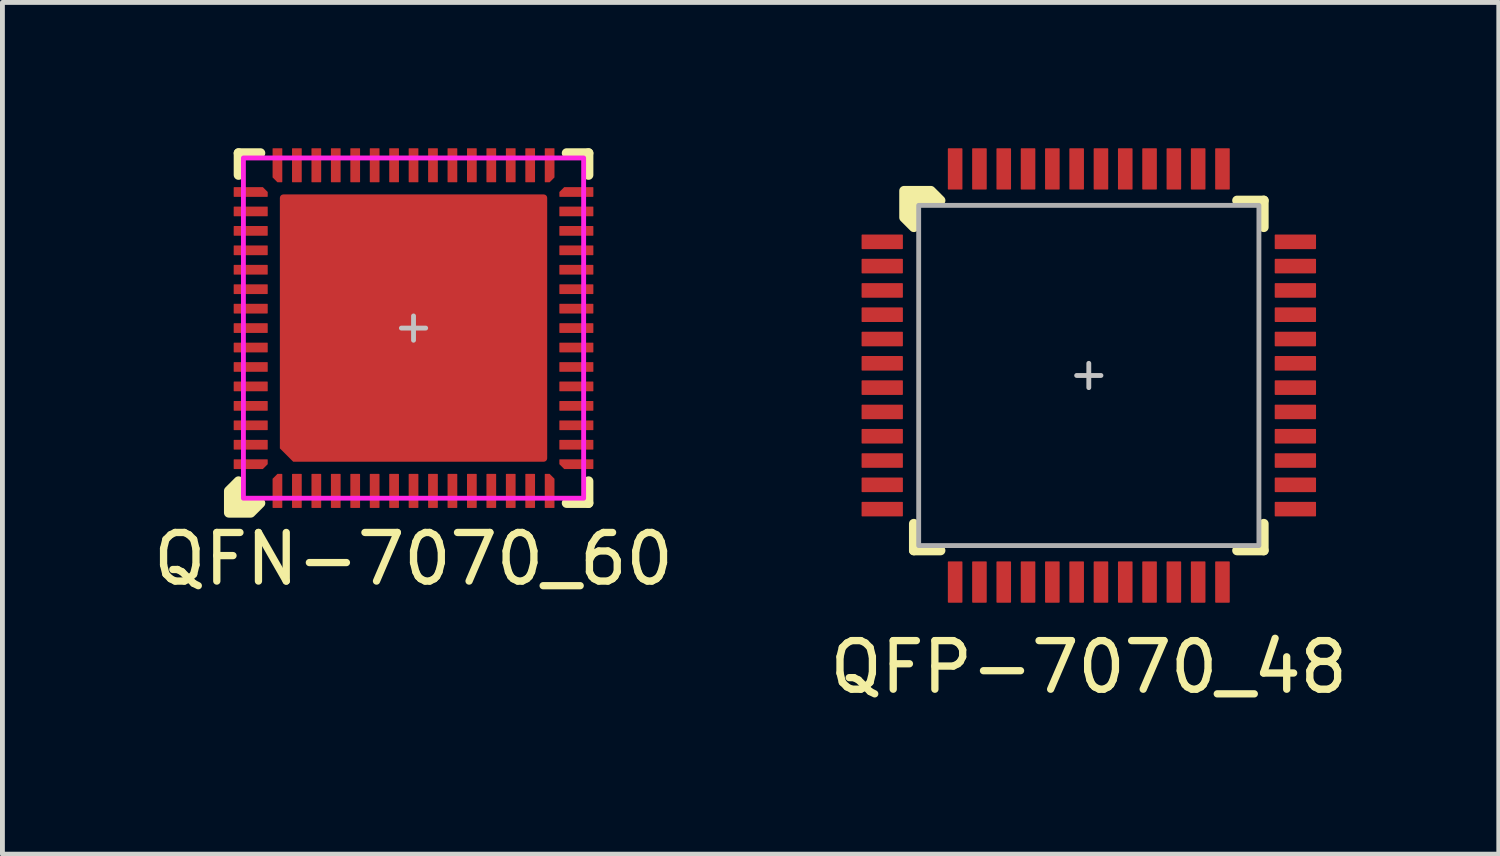
<source format=kicad_pcb>
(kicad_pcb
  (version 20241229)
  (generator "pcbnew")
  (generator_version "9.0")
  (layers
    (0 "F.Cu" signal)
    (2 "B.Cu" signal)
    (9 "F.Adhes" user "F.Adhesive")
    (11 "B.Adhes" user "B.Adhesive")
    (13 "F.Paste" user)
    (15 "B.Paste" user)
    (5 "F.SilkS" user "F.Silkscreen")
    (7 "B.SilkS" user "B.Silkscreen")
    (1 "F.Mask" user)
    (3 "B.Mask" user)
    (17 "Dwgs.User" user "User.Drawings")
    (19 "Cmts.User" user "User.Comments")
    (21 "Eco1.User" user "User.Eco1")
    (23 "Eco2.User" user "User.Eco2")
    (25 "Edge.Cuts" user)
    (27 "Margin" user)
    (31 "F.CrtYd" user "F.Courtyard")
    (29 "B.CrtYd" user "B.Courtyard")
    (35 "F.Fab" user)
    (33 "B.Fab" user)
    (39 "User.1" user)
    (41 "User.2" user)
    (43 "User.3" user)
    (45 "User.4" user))
  (footprint "QFN-7070_60"
    (layer "F.Cu")
    (at 5.458 3.7)
    (property "Reference" "QFN-7070_60" (at 0 4.75 0) (unlocked yes) (layer "F.SilkS") (effects (font (size 1 1) (thickness 0.15))))
    (attr smd)
    (fp_line (start -3.6 -3.6) (end -3.6 -3.15) (stroke (width 0.2) (type solid)) (layer "F.SilkS"))
    (fp_line (start -3.15 -3.6) (end -3.6 -3.6) (stroke (width 0.2) (type solid)) (layer "F.SilkS"))
    (fp_line (start 3.15 3.6) (end 3.6 3.6) (stroke (width 0.2) (type solid)) (layer "F.SilkS"))
    (fp_line (start 3.6 -3.6) (end 3.15 -3.6) (stroke (width 0.2) (type solid)) (layer "F.SilkS"))
    (fp_line (start 3.6 -3.15) (end 3.6 -3.6) (stroke (width 0.2) (type solid)) (layer "F.SilkS"))
    (fp_line (start 3.6 3.6) (end 3.6 3.15) (stroke (width 0.2) (type solid)) (layer "F.SilkS"))
    (fp_poly (pts (xy -3.6 3.15) (xy -3.6 3.6) (xy -3.15 3.6) (xy -3.35 3.8) (xy -3.8 3.8) (xy -3.8 3.35)) (stroke (width 0.2) (type solid)) (fill yes) (layer "F.SilkS"))
    (fp_rect (start -1.65 -2.6) (end -0.75 -1.95) (stroke (width 0) (type solid)) (fill yes) (layer "F.Paste"))
    (fp_rect (start -1.65 -1.65) (end -0.75 -0.75) (stroke (width 0) (type solid)) (fill yes) (layer "F.Paste"))
    (fp_rect (start -1.65 -0.45) (end -0.75 0.45) (stroke (width 0) (type solid)) (fill yes) (layer "F.Paste"))
    (fp_rect (start -1.65 0.75) (end -0.75 1.65) (stroke (width 0) (type solid)) (fill yes) (layer "F.Paste"))
    (fp_rect (start -1.65 1.95) (end -0.75 2.6) (stroke (width 0) (type solid)) (fill yes) (layer "F.Paste"))
    (fp_rect (start -0.45 -2.6) (end 0.45 -1.95) (stroke (width 0) (type solid)) (fill yes) (layer "F.Paste"))
    (fp_rect (start -0.45 -1.65) (end 0.45 -0.75) (stroke (width 0) (type solid)) (fill yes) (layer "F.Paste"))
    (fp_rect (start -0.45 -0.45) (end 0.45 0.45) (stroke (width 0) (type solid)) (fill yes) (layer "F.Paste"))
    (fp_rect (start -0.45 0.75) (end 0.45 1.65) (stroke (width 0) (type solid)) (fill yes) (layer "F.Paste"))
    (fp_rect (start -0.45 1.95) (end 0.45 2.6) (stroke (width 0) (type solid)) (fill yes) (layer "F.Paste"))
    (fp_rect (start 0.75 -2.6) (end 1.65 -1.95) (stroke (width 0) (type solid)) (fill yes) (layer "F.Paste"))
    (fp_rect (start 0.75 -1.65) (end 1.65 -0.75) (stroke (width 0) (type solid)) (fill yes) (layer "F.Paste"))
    (fp_rect (start 0.75 -0.45) (end 1.65 0.45) (stroke (width 0) (type solid)) (fill yes) (layer "F.Paste"))
    (fp_rect (start 0.75 0.75) (end 1.65 1.65) (stroke (width 0) (type solid)) (fill yes) (layer "F.Paste"))
    (fp_rect (start 0.75 1.95) (end 1.65 2.6) (stroke (width 0) (type solid)) (fill yes) (layer "F.Paste"))
    (fp_poly (pts (xy -2.6 -1.95) (xy -2.6 -2.6) (xy -1.95 -2.6) (xy -1.95 -1.95)) (stroke (width 0) (type solid)) (fill yes) (layer "F.Paste"))
    (fp_poly (pts (xy -2.6 -0.75) (xy -2.6 -1.65) (xy -1.95 -1.65) (xy -1.95 -0.75)) (stroke (width 0) (type solid)) (fill yes) (layer "F.Paste"))
    (fp_poly (pts (xy -2.6 0.45) (xy -2.6 -0.45) (xy -1.95 -0.45) (xy -1.95 0.45)) (stroke (width 0) (type solid)) (fill yes) (layer "F.Paste"))
    (fp_poly (pts (xy -2.6 1.65) (xy -2.6 0.75) (xy -1.95 0.75) (xy -1.95 1.65)) (stroke (width 0) (type solid)) (fill yes) (layer "F.Paste"))
    (fp_poly (pts (xy 1.95 -1.95) (xy 1.95 -2.6) (xy 2.6 -2.6) (xy 2.6 -1.95)) (stroke (width 0) (type solid)) (fill yes) (layer "F.Paste"))
    (fp_poly (pts (xy 1.95 -0.75) (xy 1.95 -1.65) (xy 2.6 -1.65) (xy 2.6 -0.75)) (stroke (width 0) (type solid)) (fill yes) (layer "F.Paste"))
    (fp_poly (pts (xy 1.95 0.45) (xy 1.95 -0.45) (xy 2.6 -0.45) (xy 2.6 0.45)) (stroke (width 0) (type solid)) (fill yes) (layer "F.Paste"))
    (fp_poly (pts (xy 1.95 1.65) (xy 1.95 0.75) (xy 2.6 0.75) (xy 2.6 1.65)) (stroke (width 0) (type solid)) (fill yes) (layer "F.Paste"))
    (fp_poly (pts (xy 1.95 2.6) (xy 1.95 1.95) (xy 2.6 1.95) (xy 2.6 2.6)) (stroke (width 0) (type solid)) (fill yes) (layer "F.Paste"))
    (fp_poly (pts (xy -1.95 2.6) (xy -2.5 2.6) (xy -2.6 2.5) (xy -2.6 1.95) (xy -1.95 1.95)) (stroke (width 0) (type solid)) (fill yes) (layer "F.Paste"))
    (fp_line (start -0.25 0) (end 0.25 0) (stroke (width 0.1) (type solid)) (layer "Dwgs.User"))
    (fp_line (start 0 0.25) (end 0 -0.25) (stroke (width 0.1) (type solid)) (layer "Dwgs.User"))
    (fp_rect (start -3.5 -3.5) (end 3.5 3.5) (stroke (width 0.1) (type solid)) (fill no) (layer "F.CrtYd"))
    (pad "1" smd roundrect (at -2.8 3.35 90) (size 0.7 0.2) (layers "F.Cu" "F.Mask" "F.Paste") (roundrect_rratio 0.05) (chamfer_ratio 0.5) (chamfer top_right))
    (pad "2" smd roundrect (at -2.4 3.35 90) (size 0.7 0.2) (layers "F.Cu" "F.Mask" "F.Paste") (roundrect_rratio 0.05))
    (pad "3" smd roundrect (at -2 3.35 90) (size 0.7 0.2) (layers "F.Cu" "F.Mask" "F.Paste") (roundrect_rratio 0.05))
    (pad "4" smd roundrect (at -1.6 3.35 90) (size 0.7 0.2) (layers "F.Cu" "F.Mask" "F.Paste") (roundrect_rratio 0.05))
    (pad "5" smd roundrect (at -1.2 3.35 90) (size 0.7 0.2) (layers "F.Cu" "F.Mask" "F.Paste") (roundrect_rratio 0.05))
    (pad "6" smd roundrect (at -0.8 3.35 90) (size 0.7 0.2) (layers "F.Cu" "F.Mask" "F.Paste") (roundrect_rratio 0.05))
    (pad "7" smd roundrect (at -0.4 3.35 90) (size 0.7 0.2) (layers "F.Cu" "F.Mask" "F.Paste") (roundrect_rratio 0.05))
    (pad "8" smd roundrect (at 0 3.35 90) (size 0.7 0.2) (layers "F.Cu" "F.Mask" "F.Paste") (roundrect_rratio 0.05))
    (pad "9" smd roundrect (at 0.4 3.35 90) (size 0.7 0.2) (layers "F.Cu" "F.Mask" "F.Paste") (roundrect_rratio 0.05))
    (pad "10" smd roundrect (at 0.8 3.35 90) (size 0.7 0.2) (layers "F.Cu" "F.Mask" "F.Paste") (roundrect_rratio 0.05))
    (pad "11" smd roundrect (at 1.2 3.35 90) (size 0.7 0.2) (layers "F.Cu" "F.Mask" "F.Paste") (roundrect_rratio 0.05))
    (pad "12" smd roundrect (at 1.6 3.35 90) (size 0.7 0.2) (layers "F.Cu" "F.Mask" "F.Paste") (roundrect_rratio 0.05))
    (pad "13" smd roundrect (at 2 3.35 90) (size 0.7 0.2) (layers "F.Cu" "F.Mask" "F.Paste") (roundrect_rratio 0.05))
    (pad "14" smd roundrect (at 2.4 3.35 90) (size 0.7 0.2) (layers "F.Cu" "F.Mask" "F.Paste") (roundrect_rratio 0.05))
    (pad "15" smd roundrect (at 2.8 3.35 90) (size 0.7 0.2) (layers "F.Cu" "F.Mask" "F.Paste") (roundrect_rratio 0.05) (chamfer_ratio 0.5) (chamfer bottom_right))
    (pad "16" smd roundrect (at 3.35 2.8) (size 0.7 0.2) (layers "F.Cu" "F.Mask" "F.Paste") (roundrect_rratio 0.05) (chamfer_ratio 0.5) (chamfer bottom_left))
    (pad "17" smd roundrect (at 3.35 2.4) (size 0.7 0.2) (layers "F.Cu" "F.Mask" "F.Paste") (roundrect_rratio 0.05))
    (pad "18" smd roundrect (at 3.35 2) (size 0.7 0.2) (layers "F.Cu" "F.Mask" "F.Paste") (roundrect_rratio 0.05))
    (pad "19" smd roundrect (at 3.35 1.6) (size 0.7 0.2) (layers "F.Cu" "F.Mask" "F.Paste") (roundrect_rratio 0.05))
    (pad "20" smd roundrect (at 3.35 1.2) (size 0.7 0.2) (layers "F.Cu" "F.Mask" "F.Paste") (roundrect_rratio 0.05))
    (pad "21" smd roundrect (at 3.35 0.8) (size 0.7 0.2) (layers "F.Cu" "F.Mask" "F.Paste") (roundrect_rratio 0.05))
    (pad "22" smd roundrect (at 3.35 0.4) (size 0.7 0.2) (layers "F.Cu" "F.Mask" "F.Paste") (roundrect_rratio 0.05))
    (pad "23" smd roundrect (at 3.35 0) (size 0.7 0.2) (layers "F.Cu" "F.Mask" "F.Paste") (roundrect_rratio 0.05))
    (pad "24" smd roundrect (at 3.35 -0.4) (size 0.7 0.2) (layers "F.Cu" "F.Mask" "F.Paste") (roundrect_rratio 0.05))
    (pad "25" smd roundrect (at 3.35 -0.8) (size 0.7 0.2) (layers "F.Cu" "F.Mask" "F.Paste") (roundrect_rratio 0.05))
    (pad "26" smd roundrect (at 3.35 -1.2) (size 0.7 0.2) (layers "F.Cu" "F.Mask" "F.Paste") (roundrect_rratio 0.05))
    (pad "27" smd roundrect (at 3.35 -1.6) (size 0.7 0.2) (layers "F.Cu" "F.Mask" "F.Paste") (roundrect_rratio 0.05))
    (pad "28" smd roundrect (at 3.35 -2) (size 0.7 0.2) (layers "F.Cu" "F.Mask" "F.Paste") (roundrect_rratio 0.05))
    (pad "29" smd roundrect (at 3.35 -2.4) (size 0.7 0.2) (layers "F.Cu" "F.Mask" "F.Paste") (roundrect_rratio 0.05))
    (pad "30" smd roundrect (at 3.35 -2.8) (size 0.7 0.2) (layers "F.Cu" "F.Mask" "F.Paste") (roundrect_rratio 0.05) (chamfer_ratio 0.5) (chamfer top_left))
    (pad "31" smd roundrect (at 2.8 -3.35 90) (size 0.7 0.2) (layers "F.Cu" "F.Mask" "F.Paste") (roundrect_rratio 0.05) (chamfer_ratio 0.5) (chamfer bottom_left))
    (pad "32" smd roundrect (at 2.4 -3.35 90) (size 0.7 0.2) (layers "F.Cu" "F.Mask" "F.Paste") (roundrect_rratio 0.05))
    (pad "33" smd roundrect (at 2 -3.35 90) (size 0.7 0.2) (layers "F.Cu" "F.Mask" "F.Paste") (roundrect_rratio 0.05))
    (pad "34" smd roundrect (at 1.6 -3.35 90) (size 0.7 0.2) (layers "F.Cu" "F.Mask" "F.Paste") (roundrect_rratio 0.05))
    (pad "35" smd roundrect (at 1.2 -3.35 90) (size 0.7 0.2) (layers "F.Cu" "F.Mask" "F.Paste") (roundrect_rratio 0.05))
    (pad "36" smd roundrect (at 0.8 -3.35 90) (size 0.7 0.2) (layers "F.Cu" "F.Mask" "F.Paste") (roundrect_rratio 0.05))
    (pad "37" smd roundrect (at 0.4 -3.35 90) (size 0.7 0.2) (layers "F.Cu" "F.Mask" "F.Paste") (roundrect_rratio 0.05))
    (pad "38" smd roundrect (at 0 -3.35 90) (size 0.7 0.2) (layers "F.Cu" "F.Mask" "F.Paste") (roundrect_rratio 0.05))
    (pad "39" smd roundrect (at -0.4 -3.35 90) (size 0.7 0.2) (layers "F.Cu" "F.Mask" "F.Paste") (roundrect_rratio 0.05))
    (pad "40" smd roundrect (at -0.8 -3.35 90) (size 0.7 0.2) (layers "F.Cu" "F.Mask" "F.Paste") (roundrect_rratio 0.05))
    (pad "41" smd roundrect (at -1.2 -3.35 90) (size 0.7 0.2) (layers "F.Cu" "F.Mask" "F.Paste") (roundrect_rratio 0.05))
    (pad "42" smd roundrect (at -1.6 -3.35 90) (size 0.7 0.2) (layers "F.Cu" "F.Mask" "F.Paste") (roundrect_rratio 0.05))
    (pad "43" smd roundrect (at -2 -3.35 90) (size 0.7 0.2) (layers "F.Cu" "F.Mask" "F.Paste") (roundrect_rratio 0.05))
    (pad "44" smd roundrect (at -2.4 -3.35 90) (size 0.7 0.2) (layers "F.Cu" "F.Mask" "F.Paste") (roundrect_rratio 0.05))
    (pad "45" smd roundrect (at -2.8 -3.35 90) (size 0.7 0.2) (layers "F.Cu" "F.Mask" "F.Paste") (roundrect_rratio 0.05) (chamfer_ratio 0.5) (chamfer top_left))
    (pad "46" smd roundrect (at -3.35 -2.8) (size 0.7 0.2) (layers "F.Cu" "F.Mask" "F.Paste") (roundrect_rratio 0.05) (chamfer_ratio 0.5) (chamfer top_right))
    (pad "47" smd roundrect (at -3.35 -2.4) (size 0.7 0.2) (layers "F.Cu" "F.Mask" "F.Paste") (roundrect_rratio 0.05))
    (pad "48" smd roundrect (at -3.35 -2) (size 0.7 0.2) (layers "F.Cu" "F.Mask" "F.Paste") (roundrect_rratio 0.05))
    (pad "49" smd roundrect (at -3.35 -1.6) (size 0.7 0.2) (layers "F.Cu" "F.Mask" "F.Paste") (roundrect_rratio 0.05))
    (pad "50" smd roundrect (at -3.35 -1.2) (size 0.7 0.2) (layers "F.Cu" "F.Mask" "F.Paste") (roundrect_rratio 0.05))
    (pad "51" smd roundrect (at -3.35 -0.8) (size 0.7 0.2) (layers "F.Cu" "F.Mask" "F.Paste") (roundrect_rratio 0.05))
    (pad "52" smd roundrect (at -3.35 -0.4) (size 0.7 0.2) (layers "F.Cu" "F.Mask" "F.Paste") (roundrect_rratio 0.05))
    (pad "53" smd roundrect (at -3.35 0) (size 0.7 0.2) (layers "F.Cu" "F.Mask" "F.Paste") (roundrect_rratio 0.05))
    (pad "54" smd roundrect (at -3.35 0.4) (size 0.7 0.2) (layers "F.Cu" "F.Mask" "F.Paste") (roundrect_rratio 0.05))
    (pad "55" smd roundrect (at -3.35 0.8) (size 0.7 0.2) (layers "F.Cu" "F.Mask" "F.Paste") (roundrect_rratio 0.05))
    (pad "56" smd roundrect (at -3.35 1.2) (size 0.7 0.2) (layers "F.Cu" "F.Mask" "F.Paste") (roundrect_rratio 0.05))
    (pad "57" smd roundrect (at -3.35 1.6) (size 0.7 0.2) (layers "F.Cu" "F.Mask" "F.Paste") (roundrect_rratio 0.05))
    (pad "58" smd roundrect (at -3.35 2) (size 0.7 0.2) (layers "F.Cu" "F.Mask" "F.Paste") (roundrect_rratio 0.05))
    (pad "59" smd roundrect (at -3.35 2.4) (size 0.7 0.2) (layers "F.Cu" "F.Mask" "F.Paste") (roundrect_rratio 0.05))
    (pad "60" smd roundrect (at -3.35 2.8) (size 0.7 0.2) (layers "F.Cu" "F.Mask" "F.Paste") (roundrect_rratio 0.05) (chamfer_ratio 0.5) (chamfer bottom_right))
    (pad "EP" smd roundrect (at 0 0) (size 5.5 5.5) (layers "F.Cu" "F.Mask") (roundrect_rratio 0.013) (chamfer_ratio 0.05) (chamfer bottom_left)))
  (footprint "QFP-7070_48"
    (layer "F.Cu")
    (at 19.351 4.675)
    (property "Reference" "QFP-7070_48" (at 0 6 0) (unlocked yes) (layer "F.SilkS") (effects (font (size 1 1) (thickness 0.15))))
    (attr smd)
    (fp_line (start -3.6 3.05) (end -3.6 3.6) (stroke (width 0.2) (type solid)) (layer "F.SilkS"))
    (fp_line (start -3.6 3.6) (end -3.05 3.6) (stroke (width 0.2) (type solid)) (layer "F.SilkS"))
    (fp_line (start 3.05 3.6) (end 3.6 3.6) (stroke (width 0.2) (type solid)) (layer "F.SilkS"))
    (fp_line (start 3.6 -3.6) (end 3.05 -3.6) (stroke (width 0.2) (type solid)) (layer "F.SilkS"))
    (fp_line (start 3.6 -3.05) (end 3.6 -3.6) (stroke (width 0.2) (type solid)) (layer "F.SilkS"))
    (fp_line (start 3.6 3.6) (end 3.6 3.05) (stroke (width 0.2) (type solid)) (layer "F.SilkS"))
    (fp_poly (pts (xy -3.05 -3.6) (xy -3.6 -3.6) (xy -3.6 -3.05) (xy -3.8 -3.25) (xy -3.8 -3.8) (xy -3.25 -3.8)) (stroke (width 0.2) (type solid)) (fill yes) (layer "F.SilkS"))
    (fp_line (start -0.25 0) (end 0.25 0) (stroke (width 0.1) (type solid)) (layer "Dwgs.User"))
    (fp_line (start 0 -0.25) (end 0 0.25) (stroke (width 0.1) (type solid)) (layer "Dwgs.User"))
    (fp_rect (start -3.5 -3.5) (end 3.5 3.5) (stroke (width 0.1) (type solid)) (fill no) (layer "F.Fab"))
    (pad "1" smd roundrect (at -4.25 -2.75) (size 0.85 0.3) (layers "F.Cu" "F.Mask" "F.Paste") (roundrect_rratio 0.05))
    (pad "2" smd roundrect (at -4.25 -2.25) (size 0.85 0.3) (layers "F.Cu" "F.Mask" "F.Paste") (roundrect_rratio 0.05))
    (pad "3" smd roundrect (at -4.25 -1.75) (size 0.85 0.3) (layers "F.Cu" "F.Mask" "F.Paste") (roundrect_rratio 0.05))
    (pad "4" smd roundrect (at -4.25 -1.25) (size 0.85 0.3) (layers "F.Cu" "F.Mask" "F.Paste") (roundrect_rratio 0.05))
    (pad "5" smd roundrect (at -4.25 -0.75) (size 0.85 0.3) (layers "F.Cu" "F.Mask" "F.Paste") (roundrect_rratio 0.05))
    (pad "6" smd roundrect (at -4.25 -0.25) (size 0.85 0.3) (layers "F.Cu" "F.Mask" "F.Paste") (roundrect_rratio 0.05))
    (pad "7" smd roundrect (at -4.25 0.25) (size 0.85 0.3) (layers "F.Cu" "F.Mask" "F.Paste") (roundrect_rratio 0.05))
    (pad "8" smd roundrect (at -4.25 0.75) (size 0.85 0.3) (layers "F.Cu" "F.Mask" "F.Paste") (roundrect_rratio 0.05))
    (pad "9" smd roundrect (at -4.25 1.25) (size 0.85 0.3) (layers "F.Cu" "F.Mask" "F.Paste") (roundrect_rratio 0.05))
    (pad "10" smd roundrect (at -4.25 1.75) (size 0.85 0.3) (layers "F.Cu" "F.Mask" "F.Paste") (roundrect_rratio 0.05))
    (pad "11" smd roundrect (at -4.25 2.25) (size 0.85 0.3) (layers "F.Cu" "F.Mask" "F.Paste") (roundrect_rratio 0.05))
    (pad "12" smd roundrect (at -4.25 2.75) (size 0.85 0.3) (layers "F.Cu" "F.Mask" "F.Paste") (roundrect_rratio 0.05))
    (pad "13" smd roundrect (at -2.75 4.25 90) (size 0.85 0.3) (layers "F.Cu" "F.Mask" "F.Paste") (roundrect_rratio 0.05))
    (pad "14" smd roundrect (at -2.25 4.25 90) (size 0.85 0.3) (layers "F.Cu" "F.Mask" "F.Paste") (roundrect_rratio 0.05))
    (pad "15" smd roundrect (at -1.75 4.25 90) (size 0.85 0.3) (layers "F.Cu" "F.Mask" "F.Paste") (roundrect_rratio 0.05))
    (pad "16" smd roundrect (at -1.25 4.25 90) (size 0.85 0.3) (layers "F.Cu" "F.Mask" "F.Paste") (roundrect_rratio 0.05))
    (pad "17" smd roundrect (at -0.75 4.25 90) (size 0.85 0.3) (layers "F.Cu" "F.Mask" "F.Paste") (roundrect_rratio 0.05))
    (pad "18" smd roundrect (at -0.25 4.25 90) (size 0.85 0.3) (layers "F.Cu" "F.Mask" "F.Paste") (roundrect_rratio 0.05))
    (pad "19" smd roundrect (at 0.25 4.25 90) (size 0.85 0.3) (layers "F.Cu" "F.Mask" "F.Paste") (roundrect_rratio 0.05))
    (pad "20" smd roundrect (at 0.75 4.25 90) (size 0.85 0.3) (layers "F.Cu" "F.Mask" "F.Paste") (roundrect_rratio 0.05))
    (pad "21" smd roundrect (at 1.25 4.25 90) (size 0.85 0.3) (layers "F.Cu" "F.Mask" "F.Paste") (roundrect_rratio 0.05))
    (pad "22" smd roundrect (at 1.75 4.25 90) (size 0.85 0.3) (layers "F.Cu" "F.Mask" "F.Paste") (roundrect_rratio 0.05))
    (pad "23" smd roundrect (at 2.25 4.25 90) (size 0.85 0.3) (layers "F.Cu" "F.Mask" "F.Paste") (roundrect_rratio 0.05))
    (pad "24" smd roundrect (at 2.75 4.25 90) (size 0.85 0.3) (layers "F.Cu" "F.Mask" "F.Paste") (roundrect_rratio 0.05))
    (pad "25" smd roundrect (at 4.25 2.75) (size 0.85 0.3) (layers "F.Cu" "F.Mask" "F.Paste") (roundrect_rratio 0.05))
    (pad "26" smd roundrect (at 4.25 2.25) (size 0.85 0.3) (layers "F.Cu" "F.Mask" "F.Paste") (roundrect_rratio 0.05))
    (pad "27" smd roundrect (at 4.25 1.75) (size 0.85 0.3) (layers "F.Cu" "F.Mask" "F.Paste") (roundrect_rratio 0.05))
    (pad "28" smd roundrect (at 4.25 1.25) (size 0.85 0.3) (layers "F.Cu" "F.Mask" "F.Paste") (roundrect_rratio 0.05))
    (pad "29" smd roundrect (at 4.25 0.75) (size 0.85 0.3) (layers "F.Cu" "F.Mask" "F.Paste") (roundrect_rratio 0.05))
    (pad "30" smd roundrect (at 4.25 0.25) (size 0.85 0.3) (layers "F.Cu" "F.Mask" "F.Paste") (roundrect_rratio 0.05))
    (pad "31" smd roundrect (at 4.25 -0.25) (size 0.85 0.3) (layers "F.Cu" "F.Mask" "F.Paste") (roundrect_rratio 0.05))
    (pad "32" smd roundrect (at 4.25 -0.75) (size 0.85 0.3) (layers "F.Cu" "F.Mask" "F.Paste") (roundrect_rratio 0.05))
    (pad "33" smd roundrect (at 4.25 -1.25) (size 0.85 0.3) (layers "F.Cu" "F.Mask" "F.Paste") (roundrect_rratio 0.05))
    (pad "34" smd roundrect (at 4.25 -1.75) (size 0.85 0.3) (layers "F.Cu" "F.Mask" "F.Paste") (roundrect_rratio 0.05))
    (pad "35" smd roundrect (at 4.25 -2.25) (size 0.85 0.3) (layers "F.Cu" "F.Mask" "F.Paste") (roundrect_rratio 0.05))
    (pad "36" smd roundrect (at 4.25 -2.75) (size 0.85 0.3) (layers "F.Cu" "F.Mask" "F.Paste") (roundrect_rratio 0.05))
    (pad "37" smd roundrect (at 2.75 -4.25 90) (size 0.85 0.3) (layers "F.Cu" "F.Mask" "F.Paste") (roundrect_rratio 0.05))
    (pad "38" smd roundrect (at 2.25 -4.25 90) (size 0.85 0.3) (layers "F.Cu" "F.Mask" "F.Paste") (roundrect_rratio 0.05))
    (pad "39" smd roundrect (at 1.75 -4.25 90) (size 0.85 0.3) (layers "F.Cu" "F.Mask" "F.Paste") (roundrect_rratio 0.05))
    (pad "40" smd roundrect (at 1.25 -4.25 90) (size 0.85 0.3) (layers "F.Cu" "F.Mask" "F.Paste") (roundrect_rratio 0.05))
    (pad "41" smd roundrect (at 0.75 -4.25 90) (size 0.85 0.3) (layers "F.Cu" "F.Mask" "F.Paste") (roundrect_rratio 0.05))
    (pad "42" smd roundrect (at 0.25 -4.25 90) (size 0.85 0.3) (layers "F.Cu" "F.Mask" "F.Paste") (roundrect_rratio 0.05))
    (pad "43" smd roundrect (at -0.25 -4.25 90) (size 0.85 0.3) (layers "F.Cu" "F.Mask" "F.Paste") (roundrect_rratio 0.05))
    (pad "44" smd roundrect (at -0.75 -4.25 90) (size 0.85 0.3) (layers "F.Cu" "F.Mask" "F.Paste") (roundrect_rratio 0.05))
    (pad "45" smd roundrect (at -1.25 -4.25 90) (size 0.85 0.3) (layers "F.Cu" "F.Mask" "F.Paste") (roundrect_rratio 0.05))
    (pad "46" smd roundrect (at -1.75 -4.25 90) (size 0.85 0.3) (layers "F.Cu" "F.Mask" "F.Paste") (roundrect_rratio 0.05))
    (pad "47" smd roundrect (at -2.25 -4.25 90) (size 0.85 0.3) (layers "F.Cu" "F.Mask" "F.Paste") (roundrect_rratio 0.05))
    (pad "48" smd roundrect (at -2.75 -4.25 90) (size 0.85 0.3) (layers "F.Cu" "F.Mask" "F.Paste") (roundrect_rratio 0.05)))
  (gr_rect
    (start -3 -3)
    (end 27.786 14.523)
    (stroke (width 0.1) (type default))
    (fill no)
    (layer "Edge.Cuts")))
</source>
